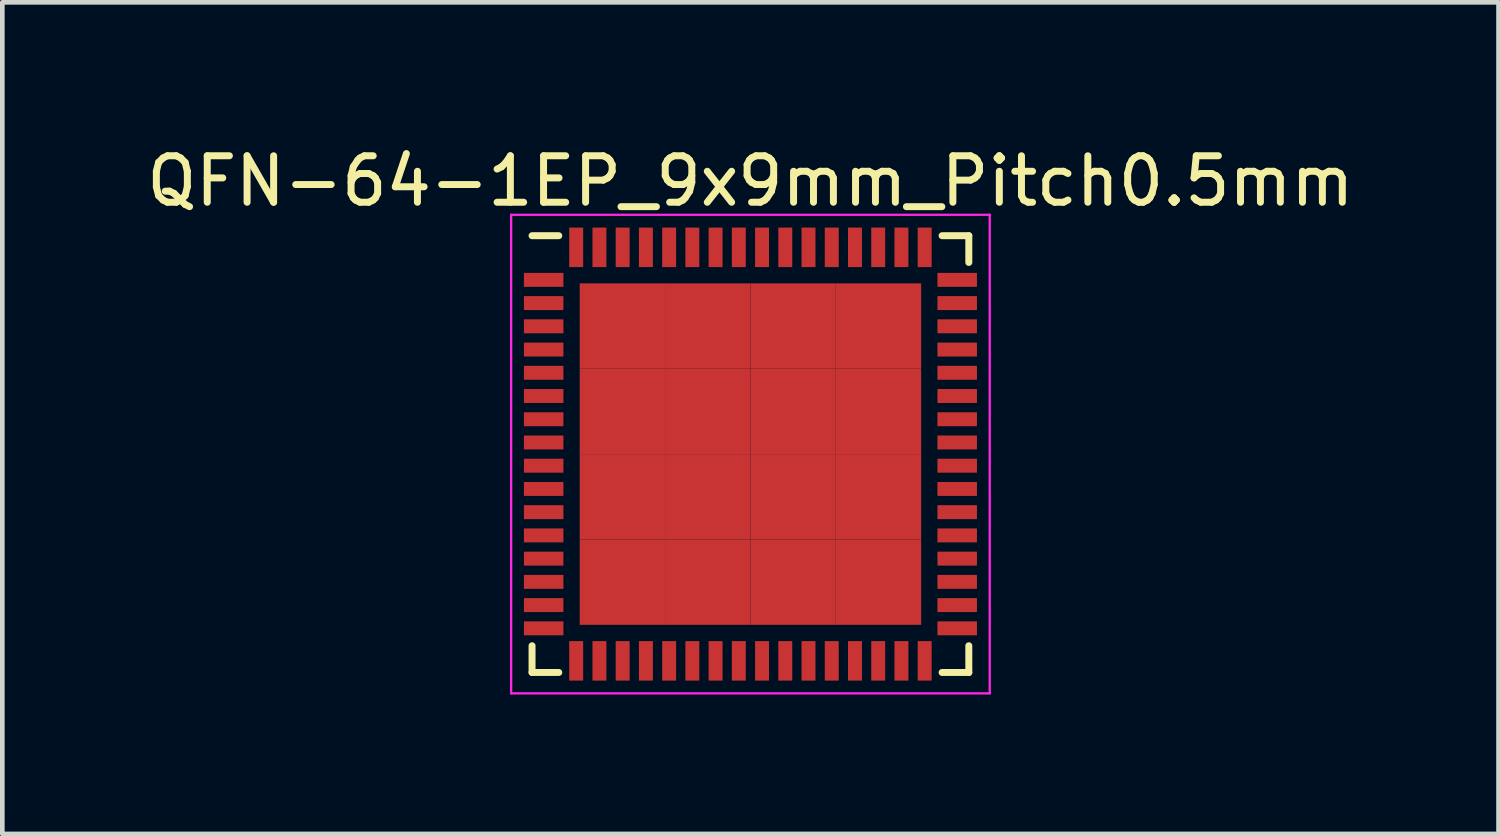
<source format=kicad_pcb>
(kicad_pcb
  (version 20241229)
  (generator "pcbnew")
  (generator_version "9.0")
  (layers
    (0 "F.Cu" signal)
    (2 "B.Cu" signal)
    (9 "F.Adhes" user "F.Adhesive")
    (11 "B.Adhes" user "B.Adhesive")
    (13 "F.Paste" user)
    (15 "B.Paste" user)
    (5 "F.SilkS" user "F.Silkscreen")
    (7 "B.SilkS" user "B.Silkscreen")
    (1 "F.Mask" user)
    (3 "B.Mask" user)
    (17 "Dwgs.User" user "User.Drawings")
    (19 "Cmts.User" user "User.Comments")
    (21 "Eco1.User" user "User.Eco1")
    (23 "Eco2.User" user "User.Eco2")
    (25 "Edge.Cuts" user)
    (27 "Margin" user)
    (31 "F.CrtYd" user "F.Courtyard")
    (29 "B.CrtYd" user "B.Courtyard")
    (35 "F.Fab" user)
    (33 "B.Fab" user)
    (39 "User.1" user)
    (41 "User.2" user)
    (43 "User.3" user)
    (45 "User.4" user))
  (footprint "QFN-64-1EP_9x9mm_Pitch0.5mm"
    (layer "F.Cu")
    (at 13.101 6.723)
    (property "Reference" "QFN-64-1EP_9x9mm_Pitch0.5mm" (at 0 -5.875 0) (layer "F.SilkS") (effects (font (size 1 1) (thickness 0.15))))
    (attr smd)
    (fp_line (start -4.7 -4.7) (end -4.125 -4.7) (stroke (width 0.15) (type solid)) (layer "F.SilkS"))
    (fp_line (start -4.7 4.7) (end -4.7 4.125) (stroke (width 0.15) (type solid)) (layer "F.SilkS"))
    (fp_line (start -4.7 4.7) (end -4.125 4.7) (stroke (width 0.15) (type solid)) (layer "F.SilkS"))
    (fp_line (start 4.7 -4.7) (end 4.125 -4.7) (stroke (width 0.15) (type solid)) (layer "F.SilkS"))
    (fp_line (start 4.7 -4.7) (end 4.7 -4.125) (stroke (width 0.15) (type solid)) (layer "F.SilkS"))
    (fp_line (start 4.7 4.7) (end 4.125 4.7) (stroke (width 0.15) (type solid)) (layer "F.SilkS"))
    (fp_line (start 4.7 4.7) (end 4.7 4.125) (stroke (width 0.15) (type solid)) (layer "F.SilkS"))
    (fp_line (start -5.15 -5.15) (end -5.15 5.15) (stroke (width 0.05) (type solid)) (layer "F.CrtYd"))
    (fp_line (start -5.15 -5.15) (end 5.15 -5.15) (stroke (width 0.05) (type solid)) (layer "F.CrtYd"))
    (fp_line (start -5.15 5.15) (end 5.15 5.15) (stroke (width 0.05) (type solid)) (layer "F.CrtYd"))
    (fp_line (start 5.15 -5.15) (end 5.15 5.15) (stroke (width 0.05) (type solid)) (layer "F.CrtYd"))
    (pad "1" smd rect (at -4.45 -3.75) (size 0.85 0.3) (layers "F.Cu" "F.Mask" "F.Paste"))
    (pad "2" smd rect (at -4.45 -3.25) (size 0.85 0.3) (layers "F.Cu" "F.Mask" "F.Paste"))
    (pad "3" smd rect (at -4.45 -2.75) (size 0.85 0.3) (layers "F.Cu" "F.Mask" "F.Paste"))
    (pad "4" smd rect (at -4.45 -2.25) (size 0.85 0.3) (layers "F.Cu" "F.Mask" "F.Paste"))
    (pad "5" smd rect (at -4.45 -1.75) (size 0.85 0.3) (layers "F.Cu" "F.Mask" "F.Paste"))
    (pad "6" smd rect (at -4.45 -1.25) (size 0.85 0.3) (layers "F.Cu" "F.Mask" "F.Paste"))
    (pad "7" smd rect (at -4.45 -0.75) (size 0.85 0.3) (layers "F.Cu" "F.Mask" "F.Paste"))
    (pad "8" smd rect (at -4.45 -0.25) (size 0.85 0.3) (layers "F.Cu" "F.Mask" "F.Paste"))
    (pad "9" smd rect (at -4.45 0.25) (size 0.85 0.3) (layers "F.Cu" "F.Mask" "F.Paste"))
    (pad "10" smd rect (at -4.45 0.75) (size 0.85 0.3) (layers "F.Cu" "F.Mask" "F.Paste"))
    (pad "11" smd rect (at -4.45 1.25) (size 0.85 0.3) (layers "F.Cu" "F.Mask" "F.Paste"))
    (pad "12" smd rect (at -4.45 1.75) (size 0.85 0.3) (layers "F.Cu" "F.Mask" "F.Paste"))
    (pad "13" smd rect (at -4.45 2.25) (size 0.85 0.3) (layers "F.Cu" "F.Mask" "F.Paste"))
    (pad "14" smd rect (at -4.45 2.75) (size 0.85 0.3) (layers "F.Cu" "F.Mask" "F.Paste"))
    (pad "15" smd rect (at -4.45 3.25) (size 0.85 0.3) (layers "F.Cu" "F.Mask" "F.Paste"))
    (pad "16" smd rect (at -4.45 3.75) (size 0.85 0.3) (layers "F.Cu" "F.Mask" "F.Paste"))
    (pad "17" smd rect (at -3.75 4.45 90) (size 0.85 0.3) (layers "F.Cu" "F.Mask" "F.Paste"))
    (pad "18" smd rect (at -3.25 4.45 90) (size 0.85 0.3) (layers "F.Cu" "F.Mask" "F.Paste"))
    (pad "19" smd rect (at -2.75 4.45 90) (size 0.85 0.3) (layers "F.Cu" "F.Mask" "F.Paste"))
    (pad "20" smd rect (at -2.25 4.45 90) (size 0.85 0.3) (layers "F.Cu" "F.Mask" "F.Paste"))
    (pad "21" smd rect (at -1.75 4.45 90) (size 0.85 0.3) (layers "F.Cu" "F.Mask" "F.Paste"))
    (pad "22" smd rect (at -1.25 4.45 90) (size 0.85 0.3) (layers "F.Cu" "F.Mask" "F.Paste"))
    (pad "23" smd rect (at -0.75 4.45 90) (size 0.85 0.3) (layers "F.Cu" "F.Mask" "F.Paste"))
    (pad "24" smd rect (at -0.25 4.45 90) (size 0.85 0.3) (layers "F.Cu" "F.Mask" "F.Paste"))
    (pad "25" smd rect (at 0.25 4.45 90) (size 0.85 0.3) (layers "F.Cu" "F.Mask" "F.Paste"))
    (pad "26" smd rect (at 0.75 4.45 90) (size 0.85 0.3) (layers "F.Cu" "F.Mask" "F.Paste"))
    (pad "27" smd rect (at 1.25 4.45 90) (size 0.85 0.3) (layers "F.Cu" "F.Mask" "F.Paste"))
    (pad "28" smd rect (at 1.75 4.45 90) (size 0.85 0.3) (layers "F.Cu" "F.Mask" "F.Paste"))
    (pad "29" smd rect (at 2.25 4.45 90) (size 0.85 0.3) (layers "F.Cu" "F.Mask" "F.Paste"))
    (pad "30" smd rect (at 2.75 4.45 90) (size 0.85 0.3) (layers "F.Cu" "F.Mask" "F.Paste"))
    (pad "31" smd rect (at 3.25 4.45 90) (size 0.85 0.3) (layers "F.Cu" "F.Mask" "F.Paste"))
    (pad "32" smd rect (at 3.75 4.45 90) (size 0.85 0.3) (layers "F.Cu" "F.Mask" "F.Paste"))
    (pad "33" smd rect (at 4.45 3.75) (size 0.85 0.3) (layers "F.Cu" "F.Mask" "F.Paste"))
    (pad "34" smd rect (at 4.45 3.25) (size 0.85 0.3) (layers "F.Cu" "F.Mask" "F.Paste"))
    (pad "35" smd rect (at 4.45 2.75) (size 0.85 0.3) (layers "F.Cu" "F.Mask" "F.Paste"))
    (pad "36" smd rect (at 4.45 2.25) (size 0.85 0.3) (layers "F.Cu" "F.Mask" "F.Paste"))
    (pad "37" smd rect (at 4.45 1.75) (size 0.85 0.3) (layers "F.Cu" "F.Mask" "F.Paste"))
    (pad "38" smd rect (at 4.45 1.25) (size 0.85 0.3) (layers "F.Cu" "F.Mask" "F.Paste"))
    (pad "39" smd rect (at 4.45 0.75) (size 0.85 0.3) (layers "F.Cu" "F.Mask" "F.Paste"))
    (pad "40" smd rect (at 4.45 0.25) (size 0.85 0.3) (layers "F.Cu" "F.Mask" "F.Paste"))
    (pad "41" smd rect (at 4.45 -0.25) (size 0.85 0.3) (layers "F.Cu" "F.Mask" "F.Paste"))
    (pad "42" smd rect (at 4.45 -0.75) (size 0.85 0.3) (layers "F.Cu" "F.Mask" "F.Paste"))
    (pad "43" smd rect (at 4.45 -1.25) (size 0.85 0.3) (layers "F.Cu" "F.Mask" "F.Paste"))
    (pad "44" smd rect (at 4.45 -1.75) (size 0.85 0.3) (layers "F.Cu" "F.Mask" "F.Paste"))
    (pad "45" smd rect (at 4.45 -2.25) (size 0.85 0.3) (layers "F.Cu" "F.Mask" "F.Paste"))
    (pad "46" smd rect (at 4.45 -2.75) (size 0.85 0.3) (layers "F.Cu" "F.Mask" "F.Paste"))
    (pad "47" smd rect (at 4.45 -3.25) (size 0.85 0.3) (layers "F.Cu" "F.Mask" "F.Paste"))
    (pad "48" smd rect (at 4.45 -3.75) (size 0.85 0.3) (layers "F.Cu" "F.Mask" "F.Paste"))
    (pad "49" smd rect (at 3.75 -4.45 90) (size 0.85 0.3) (layers "F.Cu" "F.Mask" "F.Paste"))
    (pad "50" smd rect (at 3.25 -4.45 90) (size 0.85 0.3) (layers "F.Cu" "F.Mask" "F.Paste"))
    (pad "51" smd rect (at 2.75 -4.45 90) (size 0.85 0.3) (layers "F.Cu" "F.Mask" "F.Paste"))
    (pad "52" smd rect (at 2.25 -4.45 90) (size 0.85 0.3) (layers "F.Cu" "F.Mask" "F.Paste"))
    (pad "53" smd rect (at 1.75 -4.45 90) (size 0.85 0.3) (layers "F.Cu" "F.Mask" "F.Paste"))
    (pad "54" smd rect (at 1.25 -4.45 90) (size 0.85 0.3) (layers "F.Cu" "F.Mask" "F.Paste"))
    (pad "55" smd rect (at 0.75 -4.45 90) (size 0.85 0.3) (layers "F.Cu" "F.Mask" "F.Paste"))
    (pad "56" smd rect (at 0.25 -4.45 90) (size 0.85 0.3) (layers "F.Cu" "F.Mask" "F.Paste"))
    (pad "57" smd rect (at -0.25 -4.45 90) (size 0.85 0.3) (layers "F.Cu" "F.Mask" "F.Paste"))
    (pad "58" smd rect (at -0.75 -4.45 90) (size 0.85 0.3) (layers "F.Cu" "F.Mask" "F.Paste"))
    (pad "59" smd rect (at -1.25 -4.45 90) (size 0.85 0.3) (layers "F.Cu" "F.Mask" "F.Paste"))
    (pad "60" smd rect (at -1.75 -4.45 90) (size 0.85 0.3) (layers "F.Cu" "F.Mask" "F.Paste"))
    (pad "61" smd rect (at -2.25 -4.45 90) (size 0.85 0.3) (layers "F.Cu" "F.Mask" "F.Paste"))
    (pad "62" smd rect (at -2.75 -4.45 90) (size 0.85 0.3) (layers "F.Cu" "F.Mask" "F.Paste"))
    (pad "63" smd rect (at -3.25 -4.45 90) (size 0.85 0.3) (layers "F.Cu" "F.Mask" "F.Paste"))
    (pad "64" smd rect (at -3.75 -4.45 90) (size 0.85 0.3) (layers "F.Cu" "F.Mask" "F.Paste"))
    (pad "65" smd rect (at -2.756 -2.756) (size 1.837 1.837) (layers "F.Cu" "F.Mask" "F.Paste"))
    (pad "65" smd rect (at -2.756 -0.919) (size 1.837 1.837) (layers "F.Cu" "F.Mask" "F.Paste"))
    (pad "65" smd rect (at -2.756 0.919) (size 1.837 1.837) (layers "F.Cu" "F.Mask" "F.Paste"))
    (pad "65" smd rect (at -2.756 2.756) (size 1.837 1.837) (layers "F.Cu" "F.Mask" "F.Paste"))
    (pad "65" smd rect (at -0.919 -2.756) (size 1.837 1.837) (layers "F.Cu" "F.Mask" "F.Paste"))
    (pad "65" smd rect (at -0.919 -0.919) (size 1.837 1.837) (layers "F.Cu" "F.Mask" "F.Paste"))
    (pad "65" smd rect (at -0.919 0.919) (size 1.837 1.837) (layers "F.Cu" "F.Mask" "F.Paste"))
    (pad "65" smd rect (at -0.919 2.756) (size 1.837 1.837) (layers "F.Cu" "F.Mask" "F.Paste"))
    (pad "65" smd rect (at 0.919 -2.756) (size 1.837 1.837) (layers "F.Cu" "F.Mask" "F.Paste"))
    (pad "65" smd rect (at 0.919 -0.919) (size 1.837 1.837) (layers "F.Cu" "F.Mask" "F.Paste"))
    (pad "65" smd rect (at 0.919 0.919) (size 1.837 1.837) (layers "F.Cu" "F.Mask" "F.Paste"))
    (pad "65" smd rect (at 0.919 2.756) (size 1.837 1.837) (layers "F.Cu" "F.Mask" "F.Paste"))
    (pad "65" smd rect (at 2.756 -2.756) (size 1.837 1.837) (layers "F.Cu" "F.Mask" "F.Paste"))
    (pad "65" smd rect (at 2.756 -0.919) (size 1.837 1.837) (layers "F.Cu" "F.Mask" "F.Paste"))
    (pad "65" smd rect (at 2.756 0.919) (size 1.837 1.837) (layers "F.Cu" "F.Mask" "F.Paste"))
    (pad "65" smd rect (at 2.756 2.756) (size 1.837 1.837) (layers "F.Cu" "F.Mask" "F.Paste")))
  (gr_rect
    (start -3 -3)
    (end 29.202 14.898)
    (stroke (width 0.1) (type default))
    (fill no)
    (layer "Edge.Cuts")))
</source>
